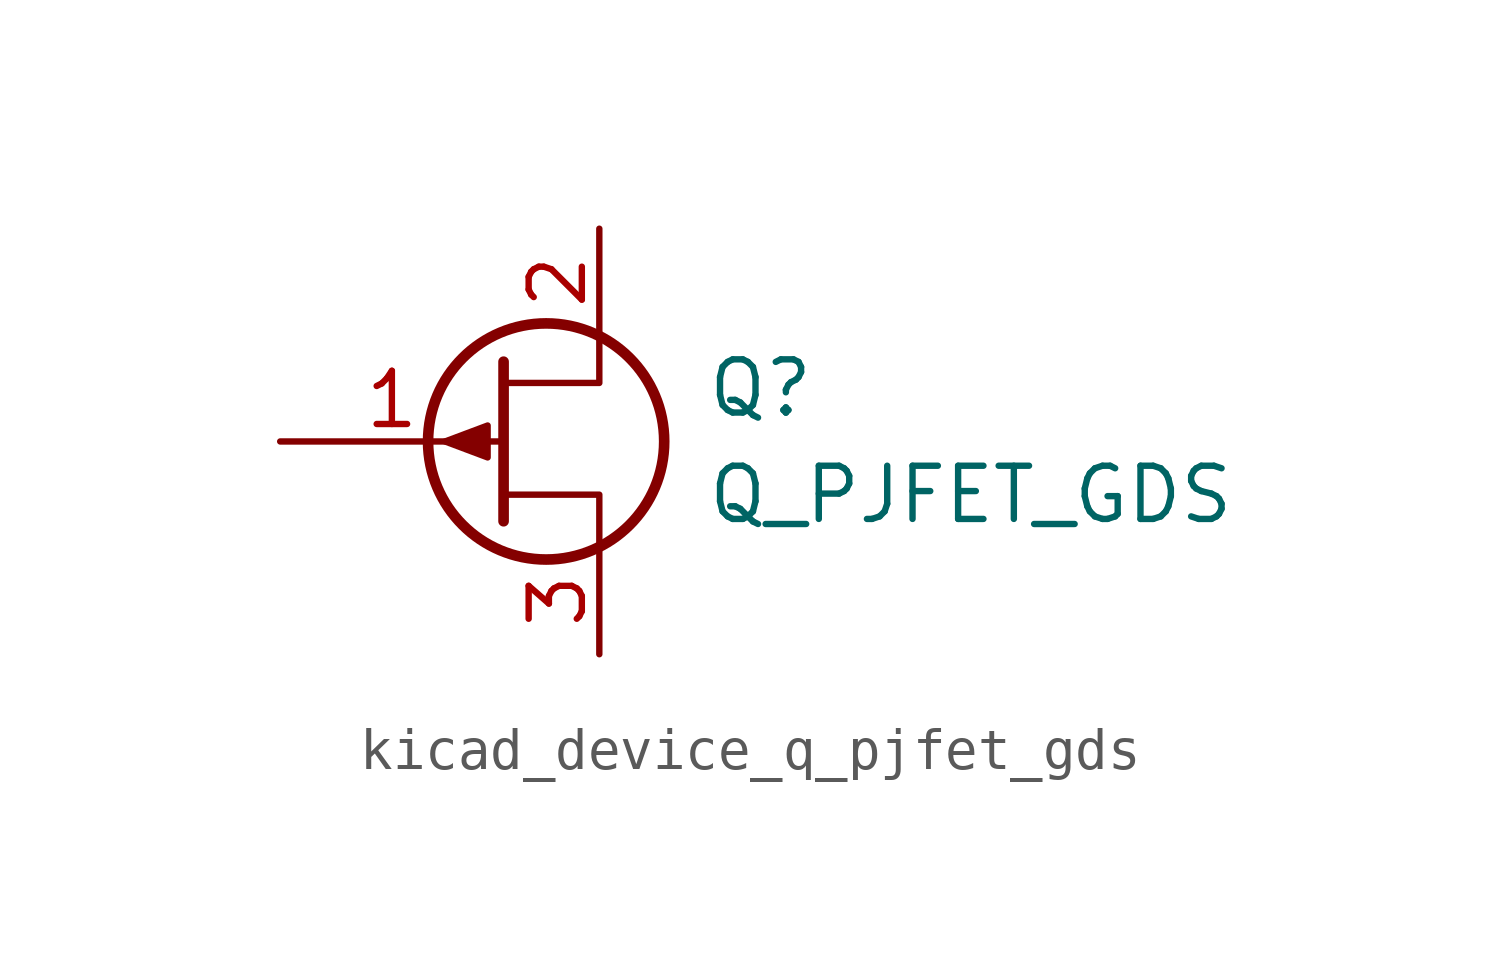
<source format=kicad_sym>
(kicad_symbol_lib
  (version 20220914)
  (generator kicad_symbol_editor)
  (symbol "kicad_device_q_pjfet_gds"
    (pin_names
      (offset 0) hide)
    (property "Reference" "Q"
      (at 5.08 1.27 0)
      (effects (font (size 1.27 1.27)) (justify left)))
    (property "Value" "Q_PJFET_GDS"
      (at 5.08 -1.27 0)
      (effects (font (size 1.27 1.27)) (justify left)))
    (symbol "kicad_device_q_pjfet_gds_0_1"
      (polyline (pts (xy 0.254 1.905) (xy 0.254 -1.905) (xy 0.254 -1.905)) (stroke (width 0.254) (type default)) (fill (type none)))
      (polyline (pts (xy 2.54 -2.54) (xy 2.54 -1.27) (xy 0.254 -1.27)) (stroke (width 0) (type default)) (fill (type none)))
      (polyline (pts (xy 2.54 2.54) (xy 2.54 1.397) (xy 0.254 1.397)) (stroke (width 0) (type default)) (fill (type none)))
      (polyline (pts (xy -1.143 0) (xy -0.127 0.381) (xy -0.127 -0.381) (xy -1.143 0)) (stroke (width 0) (type default)) (fill (type outline)))
      (circle (center 1.27 0) (radius 2.819) (stroke (width 0.254) (type default)) (fill (type none))))
    (symbol "kicad_device_q_pjfet_gds_1_1"
      (pin input line (at -5.08 0 0) (length 5.334) (name "G" (effects (font (size 1.27 1.27)))) (number "1" (effects (font (size 1.27 1.27)))))
      (pin passive line (at 2.54 5.08 270) (length 2.54) (name "D" (effects (font (size 1.27 1.27)))) (number "2" (effects (font (size 1.27 1.27)))))
      (pin passive line (at 2.54 -5.08 90) (length 2.54) (name "S" (effects (font (size 1.27 1.27)))) (number "3" (effects (font (size 1.27 1.27))))))))
</source>
